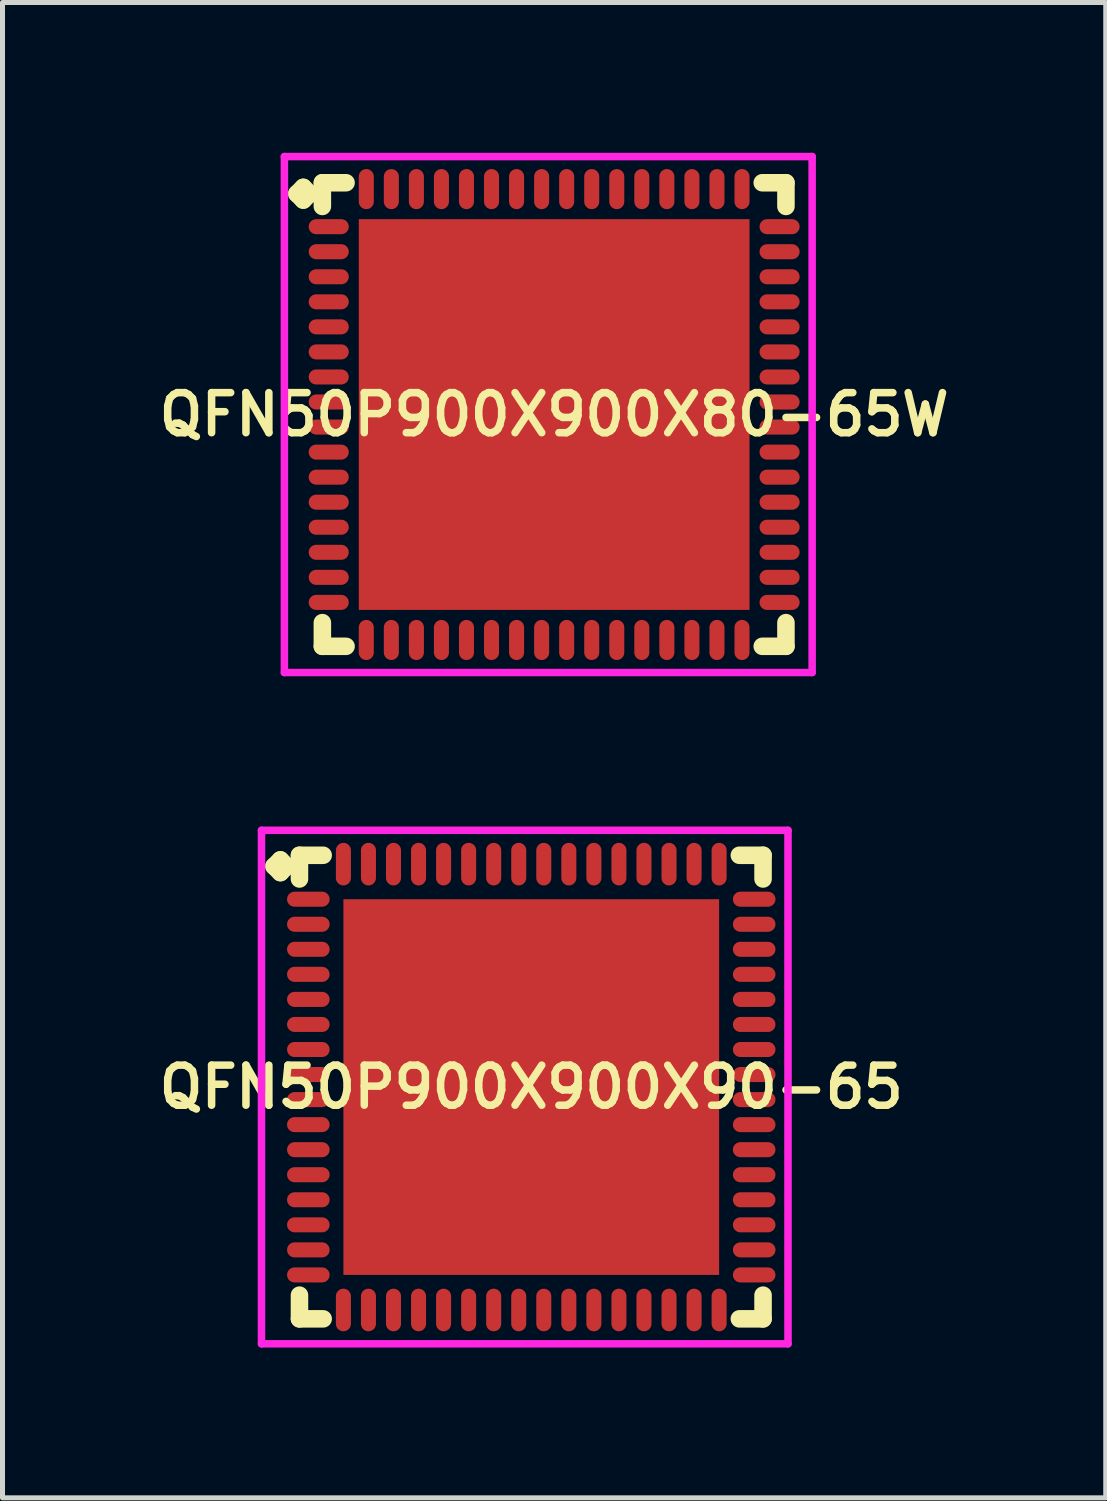
<source format=kicad_pcb>
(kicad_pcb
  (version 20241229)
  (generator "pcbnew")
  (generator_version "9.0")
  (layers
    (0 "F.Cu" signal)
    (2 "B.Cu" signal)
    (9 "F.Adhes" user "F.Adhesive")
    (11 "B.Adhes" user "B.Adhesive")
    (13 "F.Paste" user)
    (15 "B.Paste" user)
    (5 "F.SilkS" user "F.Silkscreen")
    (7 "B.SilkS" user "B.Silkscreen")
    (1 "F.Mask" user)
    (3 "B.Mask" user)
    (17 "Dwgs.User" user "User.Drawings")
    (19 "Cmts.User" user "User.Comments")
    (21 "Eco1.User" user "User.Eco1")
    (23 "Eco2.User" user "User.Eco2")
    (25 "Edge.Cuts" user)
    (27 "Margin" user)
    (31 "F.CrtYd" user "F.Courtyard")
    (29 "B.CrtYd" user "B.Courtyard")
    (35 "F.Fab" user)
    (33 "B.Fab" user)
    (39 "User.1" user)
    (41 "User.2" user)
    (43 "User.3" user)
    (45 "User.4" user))
  (footprint "QFN50P900X900X80-65W"
    (layer "F.Cu")
    (at 8.012 5.225)
    (property "Reference" "QFN50P900X900X80-65W" (at 0 0 0) (layer "F.SilkS") (effects (font (size 0.8 0.8) (thickness 0.15))))
    (attr smd)
    (fp_line (start -5.135 -4.408) (end -5.008 -4.535) (stroke (width 0.35) (type solid)) (layer "F.SilkS"))
    (fp_line (start -5.008 -4.535) (end -4.881 -4.408) (stroke (width 0.35) (type solid)) (layer "F.SilkS"))
    (fp_line (start -5.008 -4.281) (end -5.135 -4.408) (stroke (width 0.35) (type solid)) (layer "F.SilkS"))
    (fp_line (start -4.881 -4.408) (end -5.008 -4.281) (stroke (width 0.35) (type solid)) (layer "F.SilkS"))
    (fp_line (start -4.627 -4.627) (end -4.154 -4.627) (stroke (width 0.35) (type solid)) (layer "F.SilkS"))
    (fp_line (start -4.627 -4.154) (end -4.627 -4.627) (stroke (width 0.35) (type solid)) (layer "F.SilkS"))
    (fp_line (start -4.627 4.154) (end -4.627 4.627) (stroke (width 0.35) (type solid)) (layer "F.SilkS"))
    (fp_line (start -4.627 4.627) (end -4.154 4.627) (stroke (width 0.35) (type solid)) (layer "F.SilkS"))
    (fp_line (start 4.154 -4.627) (end 4.627 -4.627) (stroke (width 0.35) (type solid)) (layer "F.SilkS"))
    (fp_line (start 4.154 4.627) (end 4.627 4.627) (stroke (width 0.35) (type solid)) (layer "F.SilkS"))
    (fp_line (start 4.627 -4.627) (end 4.627 -4.154) (stroke (width 0.35) (type solid)) (layer "F.SilkS"))
    (fp_line (start 4.627 4.627) (end 4.627 4.154) (stroke (width 0.35) (type solid)) (layer "F.SilkS"))
    (fp_line (start -5.385 -5.15) (end 5.15 -5.15) (stroke (width 0.15) (type solid)) (layer "F.CrtYd"))
    (fp_line (start -5.385 5.15) (end -5.385 -5.15) (stroke (width 0.15) (type solid)) (layer "F.CrtYd"))
    (fp_line (start 5.15 -5.15) (end 5.15 5.15) (stroke (width 0.15) (type solid)) (layer "F.CrtYd"))
    (fp_line (start 5.15 5.15) (end -5.385 5.15) (stroke (width 0.15) (type solid)) (layer "F.CrtYd"))
    (pad "1" smd oval (at -4.5 -3.75) (size 0.8 0.3) (layers "F.Cu" "F.Mask" "F.Paste"))
    (pad "2" smd oval (at -4.5 -3.25) (size 0.8 0.3) (layers "F.Cu" "F.Mask" "F.Paste"))
    (pad "3" smd oval (at -4.5 -2.75) (size 0.8 0.3) (layers "F.Cu" "F.Mask" "F.Paste"))
    (pad "4" smd oval (at -4.5 -2.25) (size 0.8 0.3) (layers "F.Cu" "F.Mask" "F.Paste"))
    (pad "5" smd oval (at -4.5 -1.75) (size 0.8 0.3) (layers "F.Cu" "F.Mask" "F.Paste"))
    (pad "6" smd oval (at -4.5 -1.25) (size 0.8 0.3) (layers "F.Cu" "F.Mask" "F.Paste"))
    (pad "7" smd oval (at -4.5 -0.75) (size 0.8 0.3) (layers "F.Cu" "F.Mask" "F.Paste"))
    (pad "8" smd oval (at -4.5 -0.25) (size 0.8 0.3) (layers "F.Cu" "F.Mask" "F.Paste"))
    (pad "9" smd oval (at -4.5 0.25) (size 0.8 0.3) (layers "F.Cu" "F.Mask" "F.Paste"))
    (pad "10" smd oval (at -4.5 0.75) (size 0.8 0.3) (layers "F.Cu" "F.Mask" "F.Paste"))
    (pad "11" smd oval (at -4.5 1.25) (size 0.8 0.3) (layers "F.Cu" "F.Mask" "F.Paste"))
    (pad "12" smd oval (at -4.5 1.75) (size 0.8 0.3) (layers "F.Cu" "F.Mask" "F.Paste"))
    (pad "13" smd oval (at -4.5 2.25) (size 0.8 0.3) (layers "F.Cu" "F.Mask" "F.Paste"))
    (pad "14" smd oval (at -4.5 2.75) (size 0.8 0.3) (layers "F.Cu" "F.Mask" "F.Paste"))
    (pad "15" smd oval (at -4.5 3.25) (size 0.8 0.3) (layers "F.Cu" "F.Mask" "F.Paste"))
    (pad "16" smd oval (at -4.5 3.75) (size 0.8 0.3) (layers "F.Cu" "F.Mask" "F.Paste"))
    (pad "17" smd oval (at -3.75 4.5) (size 0.3 0.8) (layers "F.Cu" "F.Mask" "F.Paste"))
    (pad "18" smd oval (at -3.25 4.5) (size 0.3 0.8) (layers "F.Cu" "F.Mask" "F.Paste"))
    (pad "19" smd oval (at -2.75 4.5) (size 0.3 0.8) (layers "F.Cu" "F.Mask" "F.Paste"))
    (pad "20" smd oval (at -2.25 4.5) (size 0.3 0.8) (layers "F.Cu" "F.Mask" "F.Paste"))
    (pad "21" smd oval (at -1.75 4.5) (size 0.3 0.8) (layers "F.Cu" "F.Mask" "F.Paste"))
    (pad "22" smd oval (at -1.25 4.5) (size 0.3 0.8) (layers "F.Cu" "F.Mask" "F.Paste"))
    (pad "23" smd oval (at -0.75 4.5) (size 0.3 0.8) (layers "F.Cu" "F.Mask" "F.Paste"))
    (pad "24" smd oval (at -0.25 4.5) (size 0.3 0.8) (layers "F.Cu" "F.Mask" "F.Paste"))
    (pad "25" smd oval (at 0.25 4.5) (size 0.3 0.8) (layers "F.Cu" "F.Mask" "F.Paste"))
    (pad "26" smd oval (at 0.75 4.5) (size 0.3 0.8) (layers "F.Cu" "F.Mask" "F.Paste"))
    (pad "27" smd oval (at 1.25 4.5) (size 0.3 0.8) (layers "F.Cu" "F.Mask" "F.Paste"))
    (pad "28" smd oval (at 1.75 4.5) (size 0.3 0.8) (layers "F.Cu" "F.Mask" "F.Paste"))
    (pad "29" smd oval (at 2.25 4.5) (size 0.3 0.8) (layers "F.Cu" "F.Mask" "F.Paste"))
    (pad "30" smd oval (at 2.75 4.5) (size 0.3 0.8) (layers "F.Cu" "F.Mask" "F.Paste"))
    (pad "31" smd oval (at 3.25 4.5) (size 0.3 0.8) (layers "F.Cu" "F.Mask" "F.Paste"))
    (pad "32" smd oval (at 3.75 4.5) (size 0.3 0.8) (layers "F.Cu" "F.Mask" "F.Paste"))
    (pad "33" smd oval (at 4.5 3.75) (size 0.8 0.3) (layers "F.Cu" "F.Mask" "F.Paste"))
    (pad "34" smd oval (at 4.5 3.25) (size 0.8 0.3) (layers "F.Cu" "F.Mask" "F.Paste"))
    (pad "35" smd oval (at 4.5 2.75) (size 0.8 0.3) (layers "F.Cu" "F.Mask" "F.Paste"))
    (pad "36" smd oval (at 4.5 2.25) (size 0.8 0.3) (layers "F.Cu" "F.Mask" "F.Paste"))
    (pad "37" smd oval (at 4.5 1.75) (size 0.8 0.3) (layers "F.Cu" "F.Mask" "F.Paste"))
    (pad "38" smd oval (at 4.5 1.25) (size 0.8 0.3) (layers "F.Cu" "F.Mask" "F.Paste"))
    (pad "39" smd oval (at 4.5 0.75) (size 0.8 0.3) (layers "F.Cu" "F.Mask" "F.Paste"))
    (pad "40" smd oval (at 4.5 0.25) (size 0.8 0.3) (layers "F.Cu" "F.Mask" "F.Paste"))
    (pad "41" smd oval (at 4.5 -0.25) (size 0.8 0.3) (layers "F.Cu" "F.Mask" "F.Paste"))
    (pad "42" smd oval (at 4.5 -0.75) (size 0.8 0.3) (layers "F.Cu" "F.Mask" "F.Paste"))
    (pad "43" smd oval (at 4.5 -1.25) (size 0.8 0.3) (layers "F.Cu" "F.Mask" "F.Paste"))
    (pad "44" smd oval (at 4.5 -1.75) (size 0.8 0.3) (layers "F.Cu" "F.Mask" "F.Paste"))
    (pad "45" smd oval (at 4.5 -2.25) (size 0.8 0.3) (layers "F.Cu" "F.Mask" "F.Paste"))
    (pad "46" smd oval (at 4.5 -2.75) (size 0.8 0.3) (layers "F.Cu" "F.Mask" "F.Paste"))
    (pad "47" smd oval (at 4.5 -3.25) (size 0.8 0.3) (layers "F.Cu" "F.Mask" "F.Paste"))
    (pad "48" smd oval (at 4.5 -3.75) (size 0.8 0.3) (layers "F.Cu" "F.Mask" "F.Paste"))
    (pad "49" smd oval (at 3.75 -4.5) (size 0.3 0.8) (layers "F.Cu" "F.Mask" "F.Paste"))
    (pad "50" smd oval (at 3.25 -4.5) (size 0.3 0.8) (layers "F.Cu" "F.Mask" "F.Paste"))
    (pad "51" smd oval (at 2.75 -4.5) (size 0.3 0.8) (layers "F.Cu" "F.Mask" "F.Paste"))
    (pad "52" smd oval (at 2.25 -4.5) (size 0.3 0.8) (layers "F.Cu" "F.Mask" "F.Paste"))
    (pad "53" smd oval (at 1.75 -4.5) (size 0.3 0.8) (layers "F.Cu" "F.Mask" "F.Paste"))
    (pad "54" smd oval (at 1.25 -4.5) (size 0.3 0.8) (layers "F.Cu" "F.Mask" "F.Paste"))
    (pad "55" smd oval (at 0.75 -4.5) (size 0.3 0.8) (layers "F.Cu" "F.Mask" "F.Paste"))
    (pad "56" smd oval (at 0.25 -4.5) (size 0.3 0.8) (layers "F.Cu" "F.Mask" "F.Paste"))
    (pad "57" smd oval (at -0.25 -4.5) (size 0.3 0.8) (layers "F.Cu" "F.Mask" "F.Paste"))
    (pad "58" smd oval (at -0.75 -4.5) (size 0.3 0.8) (layers "F.Cu" "F.Mask" "F.Paste"))
    (pad "59" smd oval (at -1.25 -4.5) (size 0.3 0.8) (layers "F.Cu" "F.Mask" "F.Paste"))
    (pad "60" smd oval (at -1.75 -4.5) (size 0.3 0.8) (layers "F.Cu" "F.Mask" "F.Paste"))
    (pad "61" smd oval (at -2.25 -4.5) (size 0.3 0.8) (layers "F.Cu" "F.Mask" "F.Paste"))
    (pad "62" smd oval (at -2.75 -4.5) (size 0.3 0.8) (layers "F.Cu" "F.Mask" "F.Paste"))
    (pad "63" smd oval (at -3.25 -4.5) (size 0.3 0.8) (layers "F.Cu" "F.Mask" "F.Paste"))
    (pad "64" smd oval (at -3.75 -4.5) (size 0.3 0.8) (layers "F.Cu" "F.Mask" "F.Paste"))
    (pad "65" smd rect (at 0 0) (size 7.8 7.8) (layers "F.Cu" "F.Mask" "F.Paste")))
  (footprint "QFN50P900X900X90-65"
    (layer "F.Cu")
    (at 7.555 18.65)
    (property "Reference" "QFN50P900X900X90-65" (at 0 0 0) (layer "F.SilkS") (effects (font (size 0.8 0.8) (thickness 0.15))))
    (attr smd)
    (fp_line (start -5.135 -4.408) (end -5.008 -4.535) (stroke (width 0.35) (type solid)) (layer "F.SilkS"))
    (fp_line (start -5.008 -4.535) (end -4.881 -4.408) (stroke (width 0.35) (type solid)) (layer "F.SilkS"))
    (fp_line (start -5.008 -4.281) (end -5.135 -4.408) (stroke (width 0.35) (type solid)) (layer "F.SilkS"))
    (fp_line (start -4.881 -4.408) (end -5.008 -4.281) (stroke (width 0.35) (type solid)) (layer "F.SilkS"))
    (fp_line (start -4.627 -4.627) (end -4.154 -4.627) (stroke (width 0.35) (type solid)) (layer "F.SilkS"))
    (fp_line (start -4.627 -4.154) (end -4.627 -4.627) (stroke (width 0.35) (type solid)) (layer "F.SilkS"))
    (fp_line (start -4.627 4.154) (end -4.627 4.627) (stroke (width 0.35) (type solid)) (layer "F.SilkS"))
    (fp_line (start -4.627 4.627) (end -4.154 4.627) (stroke (width 0.35) (type solid)) (layer "F.SilkS"))
    (fp_line (start 4.154 -4.627) (end 4.627 -4.627) (stroke (width 0.35) (type solid)) (layer "F.SilkS"))
    (fp_line (start 4.154 4.627) (end 4.627 4.627) (stroke (width 0.35) (type solid)) (layer "F.SilkS"))
    (fp_line (start 4.627 -4.627) (end 4.627 -4.154) (stroke (width 0.35) (type solid)) (layer "F.SilkS"))
    (fp_line (start 4.627 4.627) (end 4.627 4.154) (stroke (width 0.35) (type solid)) (layer "F.SilkS"))
    (fp_line (start -5.385 -5.125) (end 5.125 -5.125) (stroke (width 0.15) (type solid)) (layer "F.CrtYd"))
    (fp_line (start -5.385 5.125) (end -5.385 -5.125) (stroke (width 0.15) (type solid)) (layer "F.CrtYd"))
    (fp_line (start 5.125 -5.125) (end 5.125 5.125) (stroke (width 0.15) (type solid)) (layer "F.CrtYd"))
    (fp_line (start 5.125 5.125) (end -5.385 5.125) (stroke (width 0.15) (type solid)) (layer "F.CrtYd"))
    (pad "1" smd oval (at -4.45 -3.75) (size 0.85 0.3) (layers "F.Cu" "F.Mask" "F.Paste"))
    (pad "2" smd oval (at -4.45 -3.25) (size 0.85 0.3) (layers "F.Cu" "F.Mask" "F.Paste"))
    (pad "3" smd oval (at -4.45 -2.75) (size 0.85 0.3) (layers "F.Cu" "F.Mask" "F.Paste"))
    (pad "4" smd oval (at -4.45 -2.25) (size 0.85 0.3) (layers "F.Cu" "F.Mask" "F.Paste"))
    (pad "5" smd oval (at -4.45 -1.75) (size 0.85 0.3) (layers "F.Cu" "F.Mask" "F.Paste"))
    (pad "6" smd oval (at -4.45 -1.25) (size 0.85 0.3) (layers "F.Cu" "F.Mask" "F.Paste"))
    (pad "7" smd oval (at -4.45 -0.75) (size 0.85 0.3) (layers "F.Cu" "F.Mask" "F.Paste"))
    (pad "8" smd oval (at -4.45 -0.25) (size 0.85 0.3) (layers "F.Cu" "F.Mask" "F.Paste"))
    (pad "9" smd oval (at -4.45 0.25) (size 0.85 0.3) (layers "F.Cu" "F.Mask" "F.Paste"))
    (pad "10" smd oval (at -4.45 0.75) (size 0.85 0.3) (layers "F.Cu" "F.Mask" "F.Paste"))
    (pad "11" smd oval (at -4.45 1.25) (size 0.85 0.3) (layers "F.Cu" "F.Mask" "F.Paste"))
    (pad "12" smd oval (at -4.45 1.75) (size 0.85 0.3) (layers "F.Cu" "F.Mask" "F.Paste"))
    (pad "13" smd oval (at -4.45 2.25) (size 0.85 0.3) (layers "F.Cu" "F.Mask" "F.Paste"))
    (pad "14" smd oval (at -4.45 2.75) (size 0.85 0.3) (layers "F.Cu" "F.Mask" "F.Paste"))
    (pad "15" smd oval (at -4.45 3.25) (size 0.85 0.3) (layers "F.Cu" "F.Mask" "F.Paste"))
    (pad "16" smd oval (at -4.45 3.75) (size 0.85 0.3) (layers "F.Cu" "F.Mask" "F.Paste"))
    (pad "17" smd oval (at -3.75 4.45) (size 0.3 0.85) (layers "F.Cu" "F.Mask" "F.Paste"))
    (pad "18" smd oval (at -3.25 4.45) (size 0.3 0.85) (layers "F.Cu" "F.Mask" "F.Paste"))
    (pad "19" smd oval (at -2.75 4.45) (size 0.3 0.85) (layers "F.Cu" "F.Mask" "F.Paste"))
    (pad "20" smd oval (at -2.25 4.45) (size 0.3 0.85) (layers "F.Cu" "F.Mask" "F.Paste"))
    (pad "21" smd oval (at -1.75 4.45) (size 0.3 0.85) (layers "F.Cu" "F.Mask" "F.Paste"))
    (pad "22" smd oval (at -1.25 4.45) (size 0.3 0.85) (layers "F.Cu" "F.Mask" "F.Paste"))
    (pad "23" smd oval (at -0.75 4.45) (size 0.3 0.85) (layers "F.Cu" "F.Mask" "F.Paste"))
    (pad "24" smd oval (at -0.25 4.45) (size 0.3 0.85) (layers "F.Cu" "F.Mask" "F.Paste"))
    (pad "25" smd oval (at 0.25 4.45) (size 0.3 0.85) (layers "F.Cu" "F.Mask" "F.Paste"))
    (pad "26" smd oval (at 0.75 4.45) (size 0.3 0.85) (layers "F.Cu" "F.Mask" "F.Paste"))
    (pad "27" smd oval (at 1.25 4.45) (size 0.3 0.85) (layers "F.Cu" "F.Mask" "F.Paste"))
    (pad "28" smd oval (at 1.75 4.45) (size 0.3 0.85) (layers "F.Cu" "F.Mask" "F.Paste"))
    (pad "29" smd oval (at 2.25 4.45) (size 0.3 0.85) (layers "F.Cu" "F.Mask" "F.Paste"))
    (pad "30" smd oval (at 2.75 4.45) (size 0.3 0.85) (layers "F.Cu" "F.Mask" "F.Paste"))
    (pad "31" smd oval (at 3.25 4.45) (size 0.3 0.85) (layers "F.Cu" "F.Mask" "F.Paste"))
    (pad "32" smd oval (at 3.75 4.45) (size 0.3 0.85) (layers "F.Cu" "F.Mask" "F.Paste"))
    (pad "33" smd oval (at 4.45 3.75) (size 0.85 0.3) (layers "F.Cu" "F.Mask" "F.Paste"))
    (pad "34" smd oval (at 4.45 3.25) (size 0.85 0.3) (layers "F.Cu" "F.Mask" "F.Paste"))
    (pad "35" smd oval (at 4.45 2.75) (size 0.85 0.3) (layers "F.Cu" "F.Mask" "F.Paste"))
    (pad "36" smd oval (at 4.45 2.25) (size 0.85 0.3) (layers "F.Cu" "F.Mask" "F.Paste"))
    (pad "37" smd oval (at 4.45 1.75) (size 0.85 0.3) (layers "F.Cu" "F.Mask" "F.Paste"))
    (pad "38" smd oval (at 4.45 1.25) (size 0.85 0.3) (layers "F.Cu" "F.Mask" "F.Paste"))
    (pad "39" smd oval (at 4.45 0.75) (size 0.85 0.3) (layers "F.Cu" "F.Mask" "F.Paste"))
    (pad "40" smd oval (at 4.45 0.25) (size 0.85 0.3) (layers "F.Cu" "F.Mask" "F.Paste"))
    (pad "41" smd oval (at 4.45 -0.25) (size 0.85 0.3) (layers "F.Cu" "F.Mask" "F.Paste"))
    (pad "42" smd oval (at 4.45 -0.75) (size 0.85 0.3) (layers "F.Cu" "F.Mask" "F.Paste"))
    (pad "43" smd oval (at 4.45 -1.25) (size 0.85 0.3) (layers "F.Cu" "F.Mask" "F.Paste"))
    (pad "44" smd oval (at 4.45 -1.75) (size 0.85 0.3) (layers "F.Cu" "F.Mask" "F.Paste"))
    (pad "45" smd oval (at 4.45 -2.25) (size 0.85 0.3) (layers "F.Cu" "F.Mask" "F.Paste"))
    (pad "46" smd oval (at 4.45 -2.75) (size 0.85 0.3) (layers "F.Cu" "F.Mask" "F.Paste"))
    (pad "47" smd oval (at 4.45 -3.25) (size 0.85 0.3) (layers "F.Cu" "F.Mask" "F.Paste"))
    (pad "48" smd oval (at 4.45 -3.75) (size 0.85 0.3) (layers "F.Cu" "F.Mask" "F.Paste"))
    (pad "49" smd oval (at 3.75 -4.45) (size 0.3 0.85) (layers "F.Cu" "F.Mask" "F.Paste"))
    (pad "50" smd oval (at 3.25 -4.45) (size 0.3 0.85) (layers "F.Cu" "F.Mask" "F.Paste"))
    (pad "51" smd oval (at 2.75 -4.45) (size 0.3 0.85) (layers "F.Cu" "F.Mask" "F.Paste"))
    (pad "52" smd oval (at 2.25 -4.45) (size 0.3 0.85) (layers "F.Cu" "F.Mask" "F.Paste"))
    (pad "53" smd oval (at 1.75 -4.45) (size 0.3 0.85) (layers "F.Cu" "F.Mask" "F.Paste"))
    (pad "54" smd oval (at 1.25 -4.45) (size 0.3 0.85) (layers "F.Cu" "F.Mask" "F.Paste"))
    (pad "55" smd oval (at 0.75 -4.45) (size 0.3 0.85) (layers "F.Cu" "F.Mask" "F.Paste"))
    (pad "56" smd oval (at 0.25 -4.45) (size 0.3 0.85) (layers "F.Cu" "F.Mask" "F.Paste"))
    (pad "57" smd oval (at -0.25 -4.45) (size 0.3 0.85) (layers "F.Cu" "F.Mask" "F.Paste"))
    (pad "58" smd oval (at -0.75 -4.45) (size 0.3 0.85) (layers "F.Cu" "F.Mask" "F.Paste"))
    (pad "59" smd oval (at -1.25 -4.45) (size 0.3 0.85) (layers "F.Cu" "F.Mask" "F.Paste"))
    (pad "60" smd oval (at -1.75 -4.45) (size 0.3 0.85) (layers "F.Cu" "F.Mask" "F.Paste"))
    (pad "61" smd oval (at -2.25 -4.45) (size 0.3 0.85) (layers "F.Cu" "F.Mask" "F.Paste"))
    (pad "62" smd oval (at -2.75 -4.45) (size 0.3 0.85) (layers "F.Cu" "F.Mask" "F.Paste"))
    (pad "63" smd oval (at -3.25 -4.45) (size 0.3 0.85) (layers "F.Cu" "F.Mask" "F.Paste"))
    (pad "64" smd oval (at -3.75 -4.45) (size 0.3 0.85) (layers "F.Cu" "F.Mask" "F.Paste"))
    (pad "65" smd rect (at 0 0) (size 7.5 7.5) (layers "F.Cu" "F.Mask" "F.Paste")))
  (gr_rect
    (start -3 -3)
    (end 19.023 26.85)
    (stroke (width 0.1) (type default))
    (fill no)
    (layer "Edge.Cuts")))
</source>
